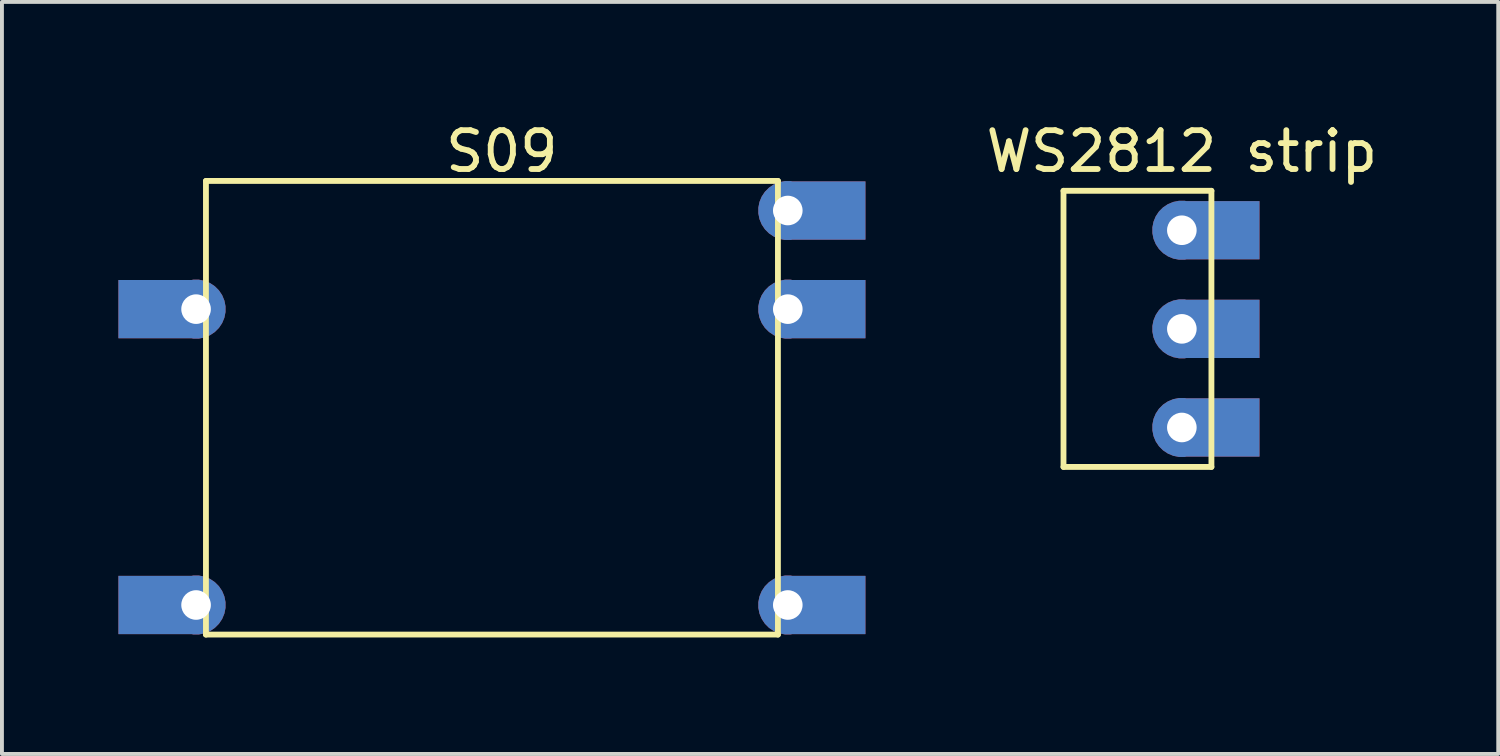
<source format=kicad_pcb>
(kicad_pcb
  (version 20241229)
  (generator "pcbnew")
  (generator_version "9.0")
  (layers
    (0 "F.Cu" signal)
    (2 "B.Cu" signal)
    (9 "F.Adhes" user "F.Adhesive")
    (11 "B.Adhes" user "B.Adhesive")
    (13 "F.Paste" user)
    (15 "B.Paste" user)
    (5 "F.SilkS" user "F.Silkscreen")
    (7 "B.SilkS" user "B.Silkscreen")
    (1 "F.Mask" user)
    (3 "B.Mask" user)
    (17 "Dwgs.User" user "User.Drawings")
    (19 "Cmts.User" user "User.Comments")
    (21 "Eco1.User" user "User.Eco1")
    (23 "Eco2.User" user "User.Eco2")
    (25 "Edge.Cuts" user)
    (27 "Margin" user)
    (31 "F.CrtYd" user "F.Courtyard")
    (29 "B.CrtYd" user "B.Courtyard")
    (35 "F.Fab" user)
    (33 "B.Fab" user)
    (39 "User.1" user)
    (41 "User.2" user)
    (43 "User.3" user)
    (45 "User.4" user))
  (footprint "S09"
    (layer "F.Cu")
    (at 9.62 7.452)
    (property "Reference" "S09" (at 0.254 -6.604 0) (layer "F.SilkS") (effects (font (size 1 1) (thickness 0.15))))
    (attr through_hole)
    (fp_line (start -7.366 -5.842) (end 7.366 -5.842) (stroke (width 0.15) (type solid)) (layer "F.SilkS"))
    (fp_line (start -7.366 5.842) (end -7.366 -5.842) (stroke (width 0.15) (type solid)) (layer "F.SilkS"))
    (fp_line (start 7.366 -5.842) (end 7.366 5.842) (stroke (width 0.15) (type solid)) (layer "F.SilkS"))
    (fp_line (start 7.366 5.842) (end -7.366 5.842) (stroke (width 0.15) (type solid)) (layer "F.SilkS"))
    (pad "1" thru_hole custom (at -7.62 -2.54) (size 1.524 1.524) (drill 0.762) (layers "*.Cu" "*.Mask") (options (anchor circle)) (primitives (gr_poly (pts (xy 0 0.75) (xy -2 0.75) (xy -2 -0.75) (xy 0 -0.75) (xy -0.75 0)) (width 0) (fill yes))))
    (pad "2" thru_hole custom (at -7.62 5.08) (size 1.524 1.524) (drill 0.762) (layers "*.Cu" "*.Mask") (options (anchor circle)) (primitives (gr_poly (pts (xy 0 0.75) (xy -2 0.75) (xy -2 -0.75) (xy 0 -0.75) (xy -0.75 0)) (width 0) (fill yes))))
    (pad "3" thru_hole custom (at 7.62 5.08 180) (size 1.524 1.524) (drill 0.762) (layers "*.Cu" "*.Mask") (options (anchor circle)) (primitives (gr_poly (pts (xy 0 0.75) (xy -2 0.75) (xy -2 -0.75) (xy 0 -0.75) (xy -0.75 0)) (width 0) (fill yes))))
    (pad "4" thru_hole custom (at 7.62 -2.54 180) (size 1.524 1.524) (drill 0.762) (layers "*.Cu" "*.Mask") (options (anchor circle)) (primitives (gr_poly (pts (xy 0 0.75) (xy -2 0.75) (xy -2 -0.75) (xy 0 -0.75) (xy -0.75 0)) (width 0) (fill yes))))
    (pad "5" thru_hole custom (at 7.62 -5.08 180) (size 1.524 1.524) (drill 0.762) (layers "*.Cu" "*.Mask") (options (anchor circle)) (primitives (gr_poly (pts (xy 0 0.75) (xy -2 0.75) (xy -2 -0.75) (xy 0 -0.75) (xy -0.75 0)) (width 0) (fill yes)))))
  (footprint "WS2812 strip"
    (layer "F.Cu")
    (at 27.389 5.42)
    (property "Reference" "WS2812 strip" (at 0 -4.572 0) (layer "F.SilkS") (effects (font (size 1 1) (thickness 0.15))))
    (attr through_hole)
    (fp_line (start -3.048 -3.556) (end 0.762 -3.556) (stroke (width 0.15) (type solid)) (layer "F.SilkS"))
    (fp_line (start -3.048 3.556) (end -3.048 -3.556) (stroke (width 0.15) (type solid)) (layer "F.SilkS"))
    (fp_line (start 0.762 -3.556) (end 0.762 3.556) (stroke (width 0.15) (type solid)) (layer "F.SilkS"))
    (fp_line (start 0.762 3.556) (end -3.048 3.556) (stroke (width 0.15) (type solid)) (layer "F.SilkS"))
    (pad "1" thru_hole custom (at 0 -2.54) (size 1.524 1.524) (drill 0.762) (layers "*.Cu" "*.Mask") (options (anchor circle)) (primitives (gr_poly (pts (xy 2 -0.75) (xy 0 -0.75) (xy 0.75 0) (xy 0 0.75) (xy 2 0.75)) (width 0) (fill yes))))
    (pad "2" thru_hole custom (at 0 0) (size 1.524 1.524) (drill 0.762) (layers "*.Cu" "*.Mask") (options (anchor circle)) (primitives (gr_poly (pts (xy 2 -0.75) (xy 0 -0.75) (xy 0.75 0) (xy 0 0.75) (xy 2 0.75)) (width 0) (fill yes))))
    (pad "3" thru_hole custom (at 0 2.54) (size 1.524 1.524) (drill 0.762) (layers "*.Cu" "*.Mask") (options (anchor circle)) (primitives (gr_poly (pts (xy 2 -0.75) (xy 0 -0.75) (xy 0.75 0) (xy 0 0.75) (xy 2 0.75)) (width 0) (fill yes)))))
  (gr_rect
    (start -3 -3)
    (end 35.538 16.369)
    (stroke (width 0.1) (type default))
    (fill no)
    (layer "Edge.Cuts")))
</source>
